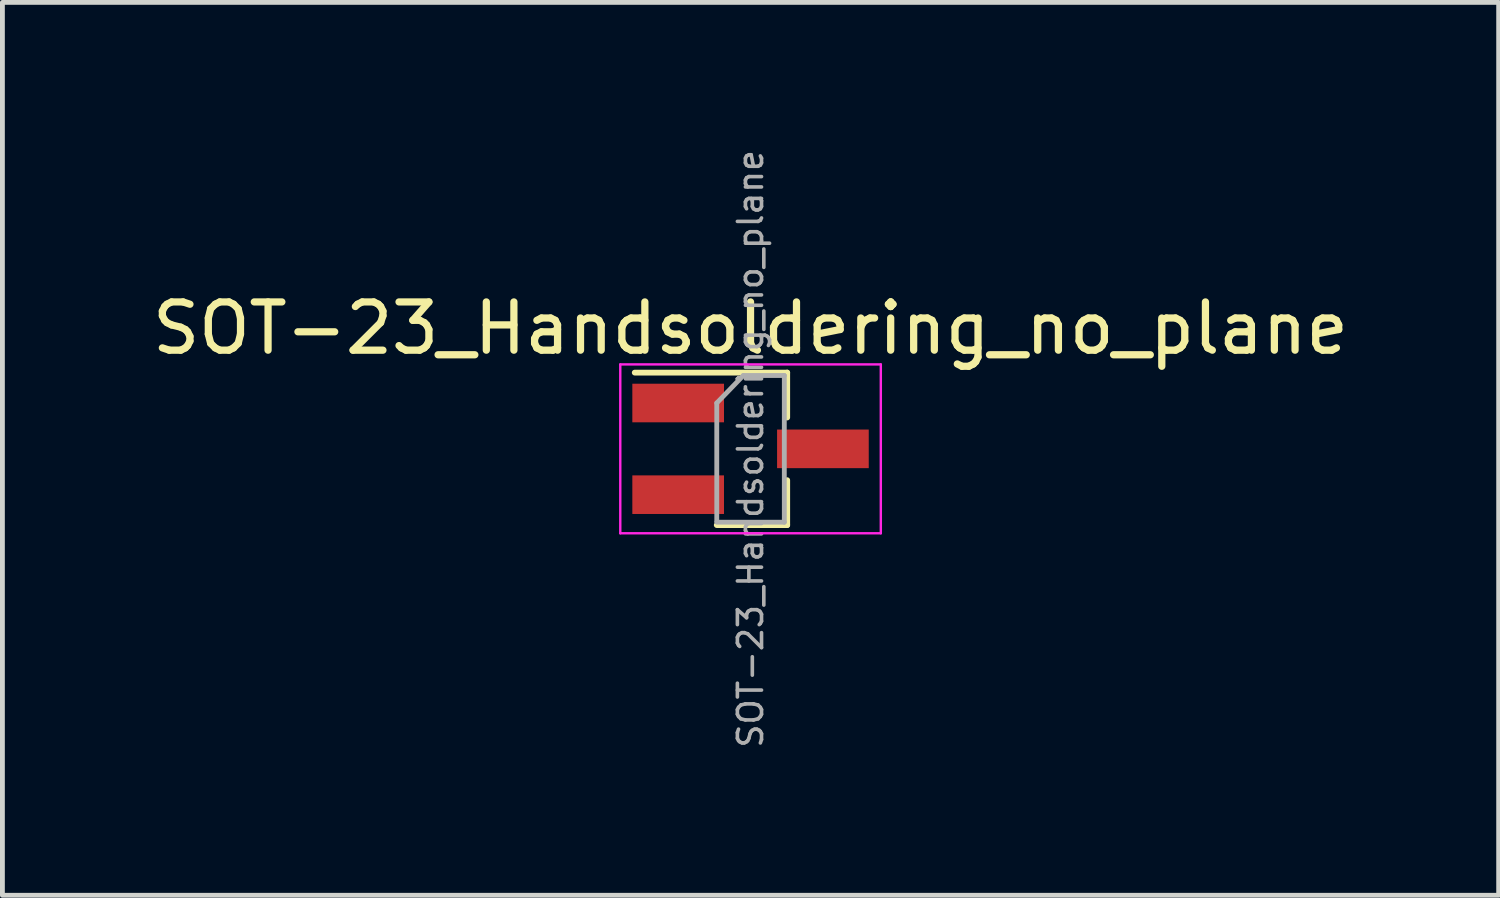
<source format=kicad_pcb>
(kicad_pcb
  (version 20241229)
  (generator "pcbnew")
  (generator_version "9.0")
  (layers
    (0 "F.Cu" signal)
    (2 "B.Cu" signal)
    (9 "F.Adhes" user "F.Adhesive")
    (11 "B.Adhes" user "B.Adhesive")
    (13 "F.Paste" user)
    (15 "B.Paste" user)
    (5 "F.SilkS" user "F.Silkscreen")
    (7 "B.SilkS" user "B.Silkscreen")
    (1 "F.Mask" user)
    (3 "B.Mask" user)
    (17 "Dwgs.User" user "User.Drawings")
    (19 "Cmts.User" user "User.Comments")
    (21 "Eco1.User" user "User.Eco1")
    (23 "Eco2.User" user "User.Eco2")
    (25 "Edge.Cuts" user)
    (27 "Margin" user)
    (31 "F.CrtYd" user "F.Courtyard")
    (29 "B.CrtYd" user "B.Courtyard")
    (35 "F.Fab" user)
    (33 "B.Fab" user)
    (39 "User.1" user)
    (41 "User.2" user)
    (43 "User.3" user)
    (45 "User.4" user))
  (footprint "SOT-23_Handsoldering_no_plane"
    (layer "F.Cu")
    (at 12.506 6.253)
    (property "Reference" "SOT-23_Handsoldering_no_plane" (at 0 -2.5 0) (layer "F.SilkS") (effects (font (size 1 1) (thickness 0.15))))
    (attr smd)
    (fp_line (start 0.76 -1.58) (end -2.4 -1.58) (stroke (width 0.12) (type solid)) (layer "F.SilkS"))
    (fp_line (start 0.76 -1.58) (end 0.76 -0.65) (stroke (width 0.12) (type solid)) (layer "F.SilkS"))
    (fp_line (start 0.76 1.58) (end -0.7 1.58) (stroke (width 0.12) (type solid)) (layer "F.SilkS"))
    (fp_line (start 0.76 1.58) (end 0.76 0.65) (stroke (width 0.12) (type solid)) (layer "F.SilkS"))
    (fp_line (start -2.7 -1.75) (end 2.7 -1.75) (stroke (width 0.05) (type solid)) (layer "F.CrtYd"))
    (fp_line (start -2.7 1.75) (end -2.7 -1.75) (stroke (width 0.05) (type solid)) (layer "F.CrtYd"))
    (fp_line (start 2.7 -1.75) (end 2.7 1.75) (stroke (width 0.05) (type solid)) (layer "F.CrtYd"))
    (fp_line (start 2.7 1.75) (end -2.7 1.75) (stroke (width 0.05) (type solid)) (layer "F.CrtYd"))
    (fp_line (start -0.7 -0.95) (end -0.7 1.5) (stroke (width 0.1) (type solid)) (layer "F.Fab"))
    (fp_line (start -0.7 -0.95) (end -0.15 -1.52) (stroke (width 0.1) (type solid)) (layer "F.Fab"))
    (fp_line (start -0.7 1.52) (end 0.7 1.52) (stroke (width 0.1) (type solid)) (layer "F.Fab"))
    (fp_line (start -0.15 -1.52) (end 0.7 -1.52) (stroke (width 0.1) (type solid)) (layer "F.Fab"))
    (fp_line (start 0.7 -1.52) (end 0.7 1.52) (stroke (width 0.1) (type solid)) (layer "F.Fab"))
    (fp_text user "${REFERENCE}" (at 0 0 90) (layer "F.Fab") (effects (font (size 0.5 0.5) (thickness 0.075))))
    (pad "1" smd rect (at -1.5 -0.95) (size 1.9 0.8) (layers "F.Cu" "F.Mask" "F.Paste"))
    (pad "2" smd rect (at -1.5 0.95) (size 1.9 0.8) (layers "F.Cu" "F.Mask" "F.Paste"))
    (pad "3" smd rect (at 1.5 0) (size 1.9 0.8) (layers "F.Cu" "F.Mask" "F.Paste"))
    (zone (net_name "") (layers "F.Cu" "B.Cu") (hatch edge 0.508) (connect_pads) (min_thickness 0.254) (filled_areas_thickness no) (keepout (tracks allowed) (vias not_allowed) (pads allowed) (copperpour not_allowed) (footprints allowed)) (placement (enabled no)) (fill) (polygon (pts (xy 13.666 7.833) (xy 11.306 7.833) (xy 11.306 4.673) (xy 13.666 4.673)))))
  (gr_rect
    (start -3 -3)
    (end 28.012 15.506)
    (stroke (width 0.1) (type default))
    (fill no)
    (layer "Edge.Cuts")))
</source>
